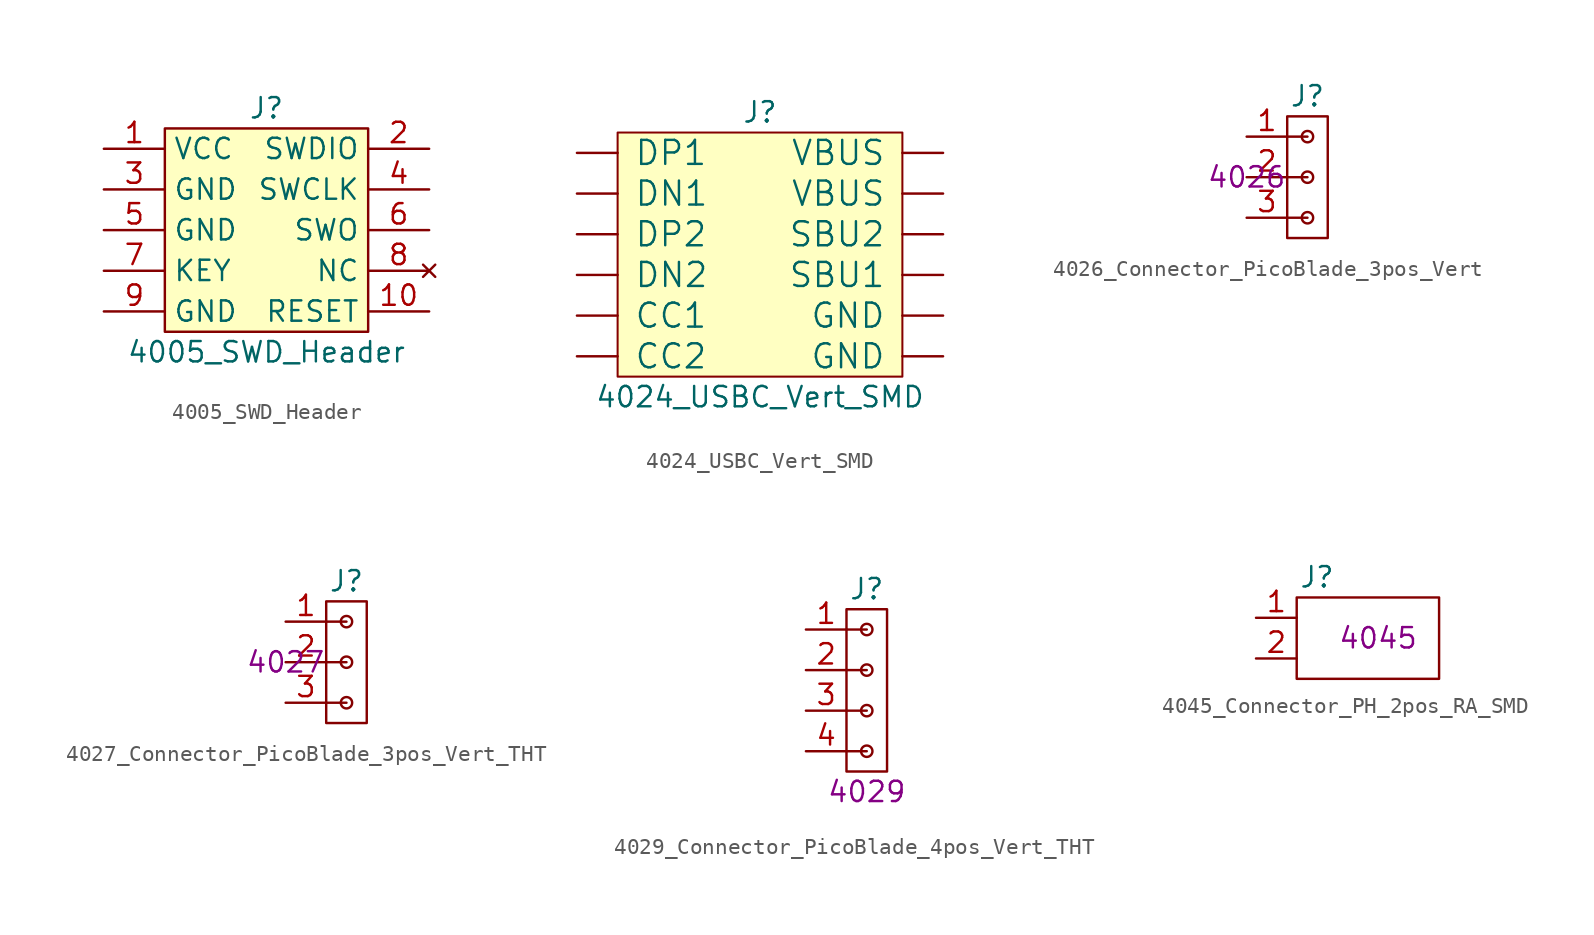
<source format=kicad_sym>
(kicad_symbol_lib
  (version 20211014)
  (generator kicad_symbol_editor)
  (symbol "4005_SWD_Header"
    (property "Reference" "J"
      (at 0 7.62 0)
      (effects (font (size 1.27 1.27))))
    (property "Value" "4005_SWD_Header"
      (at 0 -7.62 0)
      (effects (font (size 1.27 1.27))))
    (symbol "4005_SWD_Header_0_1"
      (rectangle (start -6.35 6.35) (end 6.35 -6.35) (stroke (width 0) (type default) (color 0 0 0 0)) (fill (type background))))
    (symbol "4005_SWD_Header_1_1"
      (pin power_in line (at -10.16 5.08 0) (length 3.81) (name "VCC" (effects (font (size 1.27 1.27)))) (number "1" (effects (font (size 1.27 1.27)))))
      (pin output line (at 10.16 -5.08 180) (length 3.81) (name "RESET" (effects (font (size 1.27 1.27)))) (number "10" (effects (font (size 1.27 1.27)))))
      (pin bidirectional line (at 10.16 5.08 180) (length 3.81) (name "SWDIO" (effects (font (size 1.27 1.27)))) (number "2" (effects (font (size 1.27 1.27)))))
      (pin power_in line (at -10.16 2.54 0) (length 3.81) (name "GND" (effects (font (size 1.27 1.27)))) (number "3" (effects (font (size 1.27 1.27)))))
      (pin output line (at 10.16 2.54 180) (length 3.81) (name "SWCLK" (effects (font (size 1.27 1.27)))) (number "4" (effects (font (size 1.27 1.27)))))
      (pin power_in line (at -10.16 0 0) (length 3.81) (name "GND" (effects (font (size 1.27 1.27)))) (number "5" (effects (font (size 1.27 1.27)))))
      (pin passive line (at 10.16 0 180) (length 3.81) (name "SWO" (effects (font (size 1.27 1.27)))) (number "6" (effects (font (size 1.27 1.27)))))
      (pin passive line (at -10.16 -2.54 0) (length 3.81) (name "KEY" (effects (font (size 1.27 1.27)))) (number "7" (effects (font (size 1.27 1.27)))))
      (pin no_connect line (at 10.16 -2.54 180) (length 3.81) (name "NC" (effects (font (size 1.27 1.27)))) (number "8" (effects (font (size 1.27 1.27)))))
      (pin power_in line (at -10.16 -5.08 0) (length 3.81) (name "GND" (effects (font (size 1.27 1.27)))) (number "9" (effects (font (size 1.27 1.27)))))))
  (symbol "4024_USBC_Vert_SMD"
    (pin_numbers hide)
    (pin_names
      (offset 1.016))
    (property "Reference" "J"
      (at 0 8.89 0)
      (effects (font (size 1.27 1.27))))
    (property "Value" "4024_USBC_Vert_SMD"
      (at 0 -8.89 0)
      (effects (font (size 1.27 1.27))))
    (symbol "4024_USBC_Vert_SMD_1_1"
      (rectangle (start -8.89 7.62) (end 8.89 -7.62) (stroke (width 0.127) (type default) (color 0 0 0 0)) (fill (type background)))
      (pin power_in line (at 11.43 -6.35 180) (length 2.54) (name "GND" (effects (font (size 1.499 1.499)))) (number "A1/B12" (effects (font (size 1.499 1.499)))))
      (pin power_in line (at 11.43 3.81 180) (length 2.54) (name "VBUS" (effects (font (size 1.499 1.499)))) (number "A4/B9" (effects (font (size 1.499 1.499)))))
      (pin bidirectional line (at -11.43 -3.81 0) (length 2.54) (name "CC1" (effects (font (size 1.499 1.499)))) (number "A5" (effects (font (size 1.499 1.499)))))
      (pin bidirectional line (at -11.43 6.35 0) (length 2.54) (name "DP1" (effects (font (size 1.499 1.499)))) (number "A6" (effects (font (size 1.499 1.499)))))
      (pin bidirectional line (at -11.43 3.81 0) (length 2.54) (name "DN1" (effects (font (size 1.499 1.499)))) (number "A7" (effects (font (size 1.499 1.499)))))
      (pin bidirectional line (at 11.43 -1.27 180) (length 2.54) (name "SBU1" (effects (font (size 1.499 1.499)))) (number "A8" (effects (font (size 1.499 1.499)))))
      (pin power_in line (at 11.43 -3.81 180) (length 2.54) (name "GND" (effects (font (size 1.499 1.499)))) (number "B1/A12" (effects (font (size 1.499 1.499)))))
      (pin power_in line (at 11.43 6.35 180) (length 2.54) (name "VBUS" (effects (font (size 1.499 1.499)))) (number "B4/A9" (effects (font (size 1.499 1.499)))))
      (pin bidirectional line (at -11.43 -6.35 0) (length 2.54) (name "CC2" (effects (font (size 1.499 1.499)))) (number "B5" (effects (font (size 1.499 1.499)))))
      (pin bidirectional line (at -11.43 1.27 0) (length 2.54) (name "DP2" (effects (font (size 1.499 1.499)))) (number "B6" (effects (font (size 1.499 1.499)))))
      (pin bidirectional line (at -11.43 -1.27 0) (length 2.54) (name "DN2" (effects (font (size 1.499 1.499)))) (number "B7" (effects (font (size 1.499 1.499)))))
      (pin bidirectional line (at 11.43 1.27 180) (length 2.54) (name "SBU2" (effects (font (size 1.499 1.499)))) (number "B8" (effects (font (size 1.499 1.499)))))))
  (symbol "4026_Connector_PicoBlade_3pos_Vert"
    (pin_names
      (offset 1.016))
    (property "Reference" "J"
      (at 3.81 5.08 0)
      (effects (font (size 1.27 1.27))))
    (property "SPN" "4026"
      (at 0 0 0)
      (effects (font (size 1.27 1.27))))
    (symbol "4026_Connector_PicoBlade_3pos_Vert_0_1"
      (polyline (pts (xy 2.54 -2.54) (xy 3.81 -2.54)) (stroke (width 0) (type default) (color 0 0 0 0)) (fill (type none)))
      (polyline (pts (xy 2.54 0) (xy 3.81 0)) (stroke (width 0) (type default) (color 0 0 0 0)) (fill (type none)))
      (polyline (pts (xy 2.54 2.54) (xy 3.81 2.54)) (stroke (width 0) (type default) (color 0 0 0 0)) (fill (type none)))
      (rectangle (start 2.54 3.81) (end 5.08 -3.81) (stroke (width 0) (type default) (color 0 0 0 0)) (fill (type none)))
      (circle (center 3.81 -2.54) (radius 0.356) (stroke (width 0) (type default) (color 0 0 0 0)) (fill (type none)))
      (circle (center 3.81 0) (radius 0.356) (stroke (width 0) (type default) (color 0 0 0 0)) (fill (type none)))
      (circle (center 3.81 2.54) (radius 0.356) (stroke (width 0) (type default) (color 0 0 0 0)) (fill (type none))))
    (symbol "4026_Connector_PicoBlade_3pos_Vert_1_1"
      (pin input line (at 0 2.54 0) (length 2.54) (name "~" (effects (font (size 1.27 1.27)))) (number "1" (effects (font (size 1.27 1.27)))))
      (pin input line (at 0 0 0) (length 2.54) (name "~" (effects (font (size 1.27 1.27)))) (number "2" (effects (font (size 1.27 1.27)))))
      (pin input line (at 0 -2.54 0) (length 2.54) (name "~" (effects (font (size 1.27 1.27)))) (number "3" (effects (font (size 1.27 1.27)))))))
  (symbol "4027_Connector_PicoBlade_3pos_Vert_THT"
    (pin_names
      (offset 1.016))
    (property "Reference" "J"
      (at 3.81 5.08 0)
      (effects (font (size 1.27 1.27))))
    (property "SPN" "4027"
      (at 0 0 0)
      (effects (font (size 1.27 1.27))))
    (symbol "4027_Connector_PicoBlade_3pos_Vert_THT_0_1"
      (polyline (pts (xy 2.54 -2.54) (xy 3.81 -2.54)) (stroke (width 0) (type default) (color 0 0 0 0)) (fill (type none)))
      (polyline (pts (xy 2.54 0) (xy 3.81 0)) (stroke (width 0) (type default) (color 0 0 0 0)) (fill (type none)))
      (polyline (pts (xy 2.54 2.54) (xy 3.81 2.54)) (stroke (width 0) (type default) (color 0 0 0 0)) (fill (type none)))
      (rectangle (start 2.54 3.81) (end 5.08 -3.81) (stroke (width 0) (type default) (color 0 0 0 0)) (fill (type none)))
      (circle (center 3.81 -2.54) (radius 0.356) (stroke (width 0) (type default) (color 0 0 0 0)) (fill (type none)))
      (circle (center 3.81 0) (radius 0.356) (stroke (width 0) (type default) (color 0 0 0 0)) (fill (type none)))
      (circle (center 3.81 2.54) (radius 0.356) (stroke (width 0) (type default) (color 0 0 0 0)) (fill (type none))))
    (symbol "4027_Connector_PicoBlade_3pos_Vert_THT_1_1"
      (pin input line (at 0 2.54 0) (length 2.54) (name "~" (effects (font (size 1.27 1.27)))) (number "1" (effects (font (size 1.27 1.27)))))
      (pin input line (at 0 0 0) (length 2.54) (name "~" (effects (font (size 1.27 1.27)))) (number "2" (effects (font (size 1.27 1.27)))))
      (pin input line (at 0 -2.54 0) (length 2.54) (name "~" (effects (font (size 1.27 1.27)))) (number "3" (effects (font (size 1.27 1.27)))))))
  (symbol "4029_Connector_PicoBlade_4pos_Vert_THT"
    (pin_names
      (offset 1.016))
    (property "Reference" "J"
      (at 3.81 5.08 0)
      (effects (font (size 1.27 1.27))))
    (property "SPN" "4029"
      (at 3.81 -7.62 0)
      (effects (font (size 1.27 1.27))))
    (symbol "4029_Connector_PicoBlade_4pos_Vert_THT_0_1"
      (polyline (pts (xy 2.54 -2.54) (xy 3.81 -2.54)) (stroke (width 0) (type default) (color 0 0 0 0)) (fill (type none)))
      (polyline (pts (xy 2.54 0) (xy 3.81 0)) (stroke (width 0) (type default) (color 0 0 0 0)) (fill (type none)))
      (polyline (pts (xy 2.54 2.54) (xy 3.81 2.54)) (stroke (width 0) (type default) (color 0 0 0 0)) (fill (type none)))
      (rectangle (start 2.54 3.81) (end 5.08 -6.35) (stroke (width 0) (type default) (color 0 0 0 0)) (fill (type none)))
      (circle (center 3.81 -2.54) (radius 0.356) (stroke (width 0) (type default) (color 0 0 0 0)) (fill (type none)))
      (circle (center 3.81 0) (radius 0.356) (stroke (width 0) (type default) (color 0 0 0 0)) (fill (type none)))
      (circle (center 3.81 2.54) (radius 0.356) (stroke (width 0) (type default) (color 0 0 0 0)) (fill (type none))))
    (symbol "4029_Connector_PicoBlade_4pos_Vert_THT_1_1"
      (polyline (pts (xy 2.54 -5.08) (xy 3.81 -5.08)) (stroke (width 0) (type default) (color 0 0 0 0)) (fill (type none)))
      (circle (center 3.81 -5.08) (radius 0.356) (stroke (width 0) (type default) (color 0 0 0 0)) (fill (type none)))
      (pin input line (at 0 2.54 0) (length 2.54) (name "~" (effects (font (size 1.27 1.27)))) (number "1" (effects (font (size 1.27 1.27)))))
      (pin input line (at 0 0 0) (length 2.54) (name "~" (effects (font (size 1.27 1.27)))) (number "2" (effects (font (size 1.27 1.27)))))
      (pin input line (at 0 -2.54 0) (length 2.54) (name "~" (effects (font (size 1.27 1.27)))) (number "3" (effects (font (size 1.27 1.27)))))
      (pin input line (at 0 -5.08 0) (length 2.54) (name "~" (effects (font (size 1.27 1.27)))) (number "4" (effects (font (size 1.27 1.27)))))))
  (symbol "4045_Connector_PH_2pos_RA_SMD"
    (pin_names
      (offset 1.016))
    (property "Reference" "J"
      (at 3.81 5.08 0)
      (effects (font (size 1.27 1.27))))
    (property "SPN" "4045"
      (at 7.62 1.27 0)
      (effects (font (size 1.27 1.27))))
    (symbol "4045_Connector_PH_2pos_RA_SMD_0_1"
      (rectangle (start 2.54 3.81) (end 11.43 -1.27) (stroke (width 0) (type default) (color 0 0 0 0)) (fill (type none))))
    (symbol "4045_Connector_PH_2pos_RA_SMD_1_1"
      (pin passive line (at 0 2.54 0) (length 2.54) (name "~" (effects (font (size 1.27 1.27)))) (number "1" (effects (font (size 1.27 1.27)))))
      (pin passive line (at 0 0 0) (length 2.54) (name "~" (effects (font (size 1.27 1.27)))) (number "2" (effects (font (size 1.27 1.27))))))))
</source>
